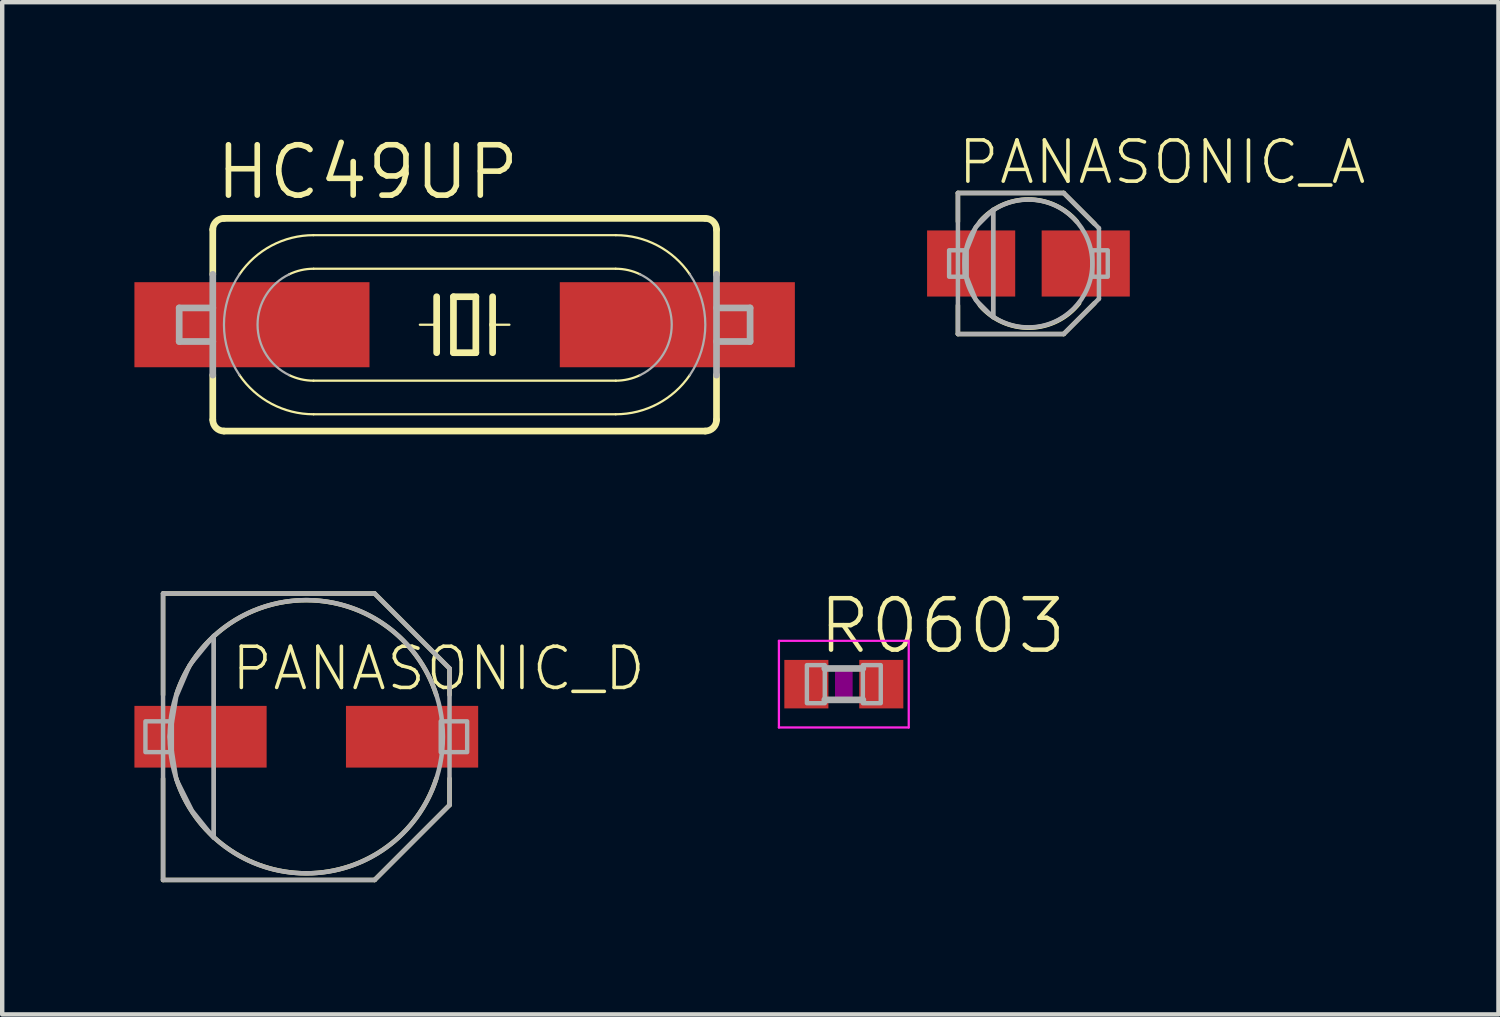
<source format=kicad_pcb>
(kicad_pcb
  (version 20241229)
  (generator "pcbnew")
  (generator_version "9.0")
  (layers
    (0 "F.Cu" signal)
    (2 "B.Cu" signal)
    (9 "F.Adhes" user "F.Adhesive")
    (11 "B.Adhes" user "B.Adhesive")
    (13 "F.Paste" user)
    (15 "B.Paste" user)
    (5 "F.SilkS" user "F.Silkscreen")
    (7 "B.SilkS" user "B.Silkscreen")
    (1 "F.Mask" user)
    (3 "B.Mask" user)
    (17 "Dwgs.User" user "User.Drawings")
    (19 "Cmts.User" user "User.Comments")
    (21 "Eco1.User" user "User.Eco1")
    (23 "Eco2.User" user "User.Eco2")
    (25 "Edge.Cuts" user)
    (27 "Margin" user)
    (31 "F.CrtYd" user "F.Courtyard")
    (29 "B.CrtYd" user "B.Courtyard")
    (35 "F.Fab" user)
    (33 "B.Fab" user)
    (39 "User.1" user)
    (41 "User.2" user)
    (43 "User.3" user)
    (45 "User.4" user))
  (footprint "PANASONIC_A"
    (layer "F.Cu")
    (at 20.286 2.929)
    (property "Reference" "PANASONIC_A" (at -1.65 -1.75 0) (layer "F.SilkS") (effects (font (size 0.935 0.935) (thickness 0.081)) (justify left bottom)))
    (fp_line (start -1.6 -1.6) (end 0.8 -1.6) (stroke (width 0.102) (type solid)) (layer "F.SilkS"))
    (fp_line (start -1.6 -0.95) (end -1.6 -1.6) (stroke (width 0.102) (type solid)) (layer "F.SilkS"))
    (fp_line (start -1.6 1.6) (end -1.6 0.95) (stroke (width 0.102) (type solid)) (layer "F.SilkS"))
    (fp_line (start 0.8 -1.6) (end 1.5 -0.9) (stroke (width 0.102) (type solid)) (layer "F.SilkS"))
    (fp_line (start 0.8 1.6) (end -1.6 1.6) (stroke (width 0.102) (type solid)) (layer "F.SilkS"))
    (fp_line (start 1.5 0.9) (end 0.8 1.6) (stroke (width 0.102) (type solid)) (layer "F.SilkS"))
    (fp_arc (start -1.1 -0.95) (mid 0 -1.453444) (end 1.1 -0.95) (stroke (width 0.1016) (type solid)) (layer "F.SilkS"))
    (fp_arc (start 1.149999 0.9) (mid 0.03681 1.456451) (end -1.1 0.95) (stroke (width 0.1016) (type solid)) (layer "F.SilkS"))
    (fp_line (start -1.6 -1.6) (end 0.8 -1.6) (stroke (width 0.102) (type solid)) (layer "F.Fab"))
    (fp_line (start -1.6 1.6) (end -1.6 -1.6) (stroke (width 0.102) (type solid)) (layer "F.Fab"))
    (fp_line (start -0.8 -1.2) (end -0.8 1.2) (stroke (width 0.102) (type solid)) (layer "F.Fab"))
    (fp_line (start 0.8 -1.6) (end 1.6 -0.8) (stroke (width 0.102) (type solid)) (layer "F.Fab"))
    (fp_line (start 0.8 1.6) (end -1.6 1.6) (stroke (width 0.102) (type solid)) (layer "F.Fab"))
    (fp_line (start 1.6 -0.8) (end 1.6 0.8) (stroke (width 0.102) (type solid)) (layer "F.Fab"))
    (fp_line (start 1.6 0.8) (end 0.8 1.6) (stroke (width 0.102) (type solid)) (layer "F.Fab"))
    (fp_circle (center 0 0) (end 1.45 0) (stroke (width 0.102) (type solid)) (fill no) (layer "F.Fab"))
    (fp_poly (pts (xy -1.8 0.3) (xy -1.45 0.3) (xy -1.45 -0.3) (xy -1.8 -0.3)) (stroke (width 0.1) (type solid)) (fill no) (layer "F.Fab"))
    (fp_poly (pts (xy 1.45 0.3) (xy 1.8 0.3) (xy 1.8 -0.3) (xy 1.45 -0.3)) (stroke (width 0.1) (type solid)) (fill no) (layer "F.Fab"))
    (fp_poly (pts (xy -0.799 1.223) (xy -1.193 0.829) (xy -1.401 0.31) (xy -1.401 -0.31) (xy -1.193 -0.829) (xy -0.799 -1.223)) (stroke (width 0.1) (type solid)) (fill no) (layer "F.Fab"))
    (pad "+" smd rect (at 1.3 0) (size 2 1.5) (layers "F.Cu" "F.Mask" "F.Paste"))
    (pad "-" smd rect (at -1.3 0) (size 2 1.5) (layers "F.Cu" "F.Mask" "F.Paste")))
  (footprint "PANASONIC_D"
    (layer "F.Cu")
    (at 3.9 13.667)
    (property "Reference" "PANASONIC_D" (at -1.75 -1 0) (layer "F.SilkS") (effects (font (size 0.935 0.935) (thickness 0.081)) (justify left bottom)))
    (fp_line (start -3.25 -3.25) (end 1.55 -3.25) (stroke (width 0.102) (type solid)) (layer "F.SilkS"))
    (fp_line (start -3.25 -0.95) (end -3.25 -3.25) (stroke (width 0.102) (type solid)) (layer "F.SilkS"))
    (fp_line (start -3.25 3.25) (end -3.25 0.95) (stroke (width 0.102) (type solid)) (layer "F.SilkS"))
    (fp_line (start 1.55 -3.25) (end 3.25 -1.55) (stroke (width 0.102) (type solid)) (layer "F.SilkS"))
    (fp_line (start 1.55 3.25) (end -3.25 3.25) (stroke (width 0.102) (type solid)) (layer "F.SilkS"))
    (fp_line (start 3.25 -1.55) (end 3.25 -0.95) (stroke (width 0.102) (type solid)) (layer "F.SilkS"))
    (fp_line (start 3.25 0.95) (end 3.25 1.55) (stroke (width 0.102) (type solid)) (layer "F.SilkS"))
    (fp_line (start 3.25 1.55) (end 1.55 3.25) (stroke (width 0.102) (type solid)) (layer "F.SilkS"))
    (fp_arc (start -2.95 -0.95) (mid 0 -3.099193) (end 2.95 -0.95) (stroke (width 0.1016) (type solid)) (layer "F.SilkS"))
    (fp_arc (start 2.95 0.95) (mid 0 3.099193) (end -2.95 0.95) (stroke (width 0.1016) (type solid)) (layer "F.SilkS"))
    (fp_line (start -3.25 -3.25) (end 1.55 -3.25) (stroke (width 0.102) (type solid)) (layer "F.Fab"))
    (fp_line (start -3.25 3.25) (end -3.25 -3.25) (stroke (width 0.102) (type solid)) (layer "F.Fab"))
    (fp_line (start -2.1 -2.25) (end -2.1 2.2) (stroke (width 0.102) (type solid)) (layer "F.Fab"))
    (fp_line (start 1.55 -3.25) (end 3.25 -1.55) (stroke (width 0.102) (type solid)) (layer "F.Fab"))
    (fp_line (start 1.55 3.25) (end -3.25 3.25) (stroke (width 0.102) (type solid)) (layer "F.Fab"))
    (fp_line (start 3.25 -1.55) (end 3.25 1.55) (stroke (width 0.102) (type solid)) (layer "F.Fab"))
    (fp_line (start 3.25 1.55) (end 1.55 3.25) (stroke (width 0.102) (type solid)) (layer "F.Fab"))
    (fp_circle (center 0 0) (end 3.1 0) (stroke (width 0.102) (type solid)) (fill no) (layer "F.Fab"))
    (fp_poly (pts (xy -3.65 0.35) (xy -3.05 0.35) (xy -3.05 -0.35) (xy -3.65 -0.35)) (stroke (width 0.1) (type solid)) (fill no) (layer "F.Fab"))
    (fp_poly (pts (xy 3.05 0.35) (xy 3.65 0.35) (xy 3.65 -0.35) (xy 3.05 -0.35)) (stroke (width 0.1) (type solid)) (fill no) (layer "F.Fab"))
    (fp_poly (pts (xy -2.099 2.295) (xy -2.593 1.678) (xy -2.949 0.966) (xy -3.101 -0.00022) (xy -2.949 -0.914) (xy -2.644 -1.627) (xy -2.099 -2.292)) (stroke (width 0.1) (type solid)) (fill no) (layer "F.Fab"))
    (pad "+" smd rect (at 2.4 0) (size 3 1.4) (layers "F.Cu" "F.Mask" "F.Paste"))
    (pad "-" smd rect (at -2.4 0) (size 3 1.4) (layers "F.Cu" "F.Mask" "F.Paste")))
  (footprint "R0603"
    (layer "F.Cu")
    (at 16.097 12.474)
    (property "Reference" "R0603" (at -0.635 -0.635 0) (layer "F.SilkS") (effects (font (size 1.168 1.168) (thickness 0.102)) (justify left bottom)))
    (fp_poly (pts (xy -0.2 0.4) (xy 0.2 0.4) (xy 0.2 -0.4) (xy -0.2 -0.4)) (stroke (width 0) (type solid)) (fill yes) (layer "F.Adhes"))
    (fp_line (start -1.473 -0.983) (end 1.473 -0.983) (stroke (width 0.051) (type solid)) (layer "F.CrtYd"))
    (fp_line (start -1.473 0.983) (end -1.473 -0.983) (stroke (width 0.051) (type solid)) (layer "F.CrtYd"))
    (fp_line (start 1.473 -0.983) (end 1.473 0.983) (stroke (width 0.051) (type solid)) (layer "F.CrtYd"))
    (fp_line (start 1.473 0.983) (end -1.473 0.983) (stroke (width 0.051) (type solid)) (layer "F.CrtYd"))
    (fp_line (start -0.432 0.356) (end 0.432 0.356) (stroke (width 0.152) (type solid)) (layer "F.Fab"))
    (fp_line (start 0.432 -0.356) (end -0.432 -0.356) (stroke (width 0.152) (type solid)) (layer "F.Fab"))
    (fp_poly (pts (xy -0.838 0.432) (xy -0.432 0.432) (xy -0.432 -0.432) (xy -0.838 -0.432)) (stroke (width 0.1) (type solid)) (fill no) (layer "F.Fab"))
    (fp_poly (pts (xy 0.432 0.432) (xy 0.838 0.432) (xy 0.838 -0.432) (xy 0.432 -0.432)) (stroke (width 0.1) (type solid)) (fill no) (layer "F.Fab"))
    (pad "1" smd rect (at -0.85 0) (size 1 1.1) (layers "F.Cu" "F.Mask" "F.Paste"))
    (pad "2" smd rect (at 0.85 0) (size 1 1.1) (layers "F.Cu" "F.Mask" "F.Paste")))
  (footprint "HC49UP"
    (layer "F.Cu")
    (at 7.493 4.318)
    (property "Reference" "HC49UP" (at -5.715 -2.794 0) (layer "F.SilkS") (effects (font (size 1.143 1.143) (thickness 0.127)) (justify left bottom)))
    (fp_line (start -5.715 -1.143) (end -5.715 -2.159) (stroke (width 0.152) (type solid)) (layer "F.SilkS"))
    (fp_line (start -5.715 2.159) (end -5.715 1.143) (stroke (width 0.152) (type solid)) (layer "F.SilkS"))
    (fp_line (start -3.429 -2.032) (end 3.429 -2.032) (stroke (width 0.051) (type solid)) (layer "F.SilkS"))
    (fp_line (start -3.429 -1.27) (end 3.429 -1.27) (stroke (width 0.051) (type solid)) (layer "F.SilkS"))
    (fp_line (start -0.635 -0.635) (end -0.635 0) (stroke (width 0.152) (type solid)) (layer "F.SilkS"))
    (fp_line (start -0.635 0) (end -1.016 0) (stroke (width 0.051) (type solid)) (layer "F.SilkS"))
    (fp_line (start -0.635 0) (end -0.635 0.635) (stroke (width 0.152) (type solid)) (layer "F.SilkS"))
    (fp_line (start -0.254 -0.635) (end -0.254 0.635) (stroke (width 0.152) (type solid)) (layer "F.SilkS"))
    (fp_line (start -0.254 0.635) (end 0.254 0.635) (stroke (width 0.152) (type solid)) (layer "F.SilkS"))
    (fp_line (start 0.254 -0.635) (end -0.254 -0.635) (stroke (width 0.152) (type solid)) (layer "F.SilkS"))
    (fp_line (start 0.254 0.635) (end 0.254 -0.635) (stroke (width 0.152) (type solid)) (layer "F.SilkS"))
    (fp_line (start 0.635 -0.635) (end 0.635 0) (stroke (width 0.152) (type solid)) (layer "F.SilkS"))
    (fp_line (start 0.635 0) (end 0.635 0.635) (stroke (width 0.152) (type solid)) (layer "F.SilkS"))
    (fp_line (start 0.635 0) (end 1.016 0) (stroke (width 0.051) (type solid)) (layer "F.SilkS"))
    (fp_line (start 3.429 1.27) (end -3.429 1.27) (stroke (width 0.051) (type solid)) (layer "F.SilkS"))
    (fp_line (start 3.429 2.032) (end -3.429 2.032) (stroke (width 0.051) (type solid)) (layer "F.SilkS"))
    (fp_line (start 5.461 -2.413) (end -5.461 -2.413) (stroke (width 0.152) (type solid)) (layer "F.SilkS"))
    (fp_line (start 5.461 2.413) (end -5.461 2.413) (stroke (width 0.152) (type solid)) (layer "F.SilkS"))
    (fp_line (start 5.715 -1.143) (end 5.715 -2.159) (stroke (width 0.152) (type solid)) (layer "F.SilkS"))
    (fp_line (start 5.715 2.159) (end 5.715 1.143) (stroke (width 0.152) (type solid)) (layer "F.SilkS"))
    (fp_arc (start -5.715 -2.159) (mid -5.640605 -2.338605) (end -5.461 -2.413) (stroke (width 0.1524) (type solid)) (layer "F.SilkS"))
    (fp_arc (start -5.461 2.413) (mid -5.640605 2.338605) (end -5.715 2.159) (stroke (width 0.1524) (type solid)) (layer "F.SilkS"))
    (fp_arc (start -5.1091 -1.143) (mid -4.379417 -1.796107) (end -3.429 -2.032101) (stroke (width 0.0508) (type solid)) (layer "F.SilkS"))
    (fp_arc (start -3.9826 -1.143) (mid -3.712991 -1.237845) (end -3.429 -1.27) (stroke (width 0.0508) (type solid)) (layer "F.SilkS"))
    (fp_arc (start -3.429 1.27) (mid -3.712991 1.237845) (end -3.9826 1.143) (stroke (width 0.0508) (type solid)) (layer "F.SilkS"))
    (fp_arc (start -3.429 2.032001) (mid -4.379408 1.796063) (end -5.1091 1.143) (stroke (width 0.0508) (type solid)) (layer "F.SilkS"))
    (fp_arc (start 3.429 -2.032) (mid 4.379408 -1.796062) (end 5.1091 -1.142999) (stroke (width 0.0508) (type solid)) (layer "F.SilkS"))
    (fp_arc (start 3.429 -1.27) (mid 3.712991 -1.237845) (end 3.9826 -1.143) (stroke (width 0.0508) (type solid)) (layer "F.SilkS"))
    (fp_arc (start 3.9826 1.143) (mid 3.712991 1.237845) (end 3.429 1.27) (stroke (width 0.0508) (type solid)) (layer "F.SilkS"))
    (fp_arc (start 5.109 1.142899) (mid 4.379368 1.795994) (end 3.429 2.032) (stroke (width 0.0508) (type solid)) (layer "F.SilkS"))
    (fp_arc (start 5.461 -2.413) (mid 5.640605 -2.338605) (end 5.715 -2.159) (stroke (width 0.1524) (type solid)) (layer "F.SilkS"))
    (fp_arc (start 5.715 2.159) (mid 5.640605 2.338605) (end 5.461 2.413) (stroke (width 0.1524) (type solid)) (layer "F.SilkS"))
    (fp_line (start -6.477 0.381) (end -6.477 -0.381) (stroke (width 0.152) (type solid)) (layer "F.Fab"))
    (fp_line (start -5.715 -0.381) (end -6.477 -0.381) (stroke (width 0.152) (type solid)) (layer "F.Fab"))
    (fp_line (start -5.715 -0.381) (end -5.715 -1.143) (stroke (width 0.152) (type solid)) (layer "F.Fab"))
    (fp_line (start -5.715 0.381) (end -6.477 0.381) (stroke (width 0.152) (type solid)) (layer "F.Fab"))
    (fp_line (start -5.715 0.381) (end -5.715 -0.381) (stroke (width 0.152) (type solid)) (layer "F.Fab"))
    (fp_line (start -5.715 1.143) (end -5.715 0.381) (stroke (width 0.152) (type solid)) (layer "F.Fab"))
    (fp_line (start 5.715 -0.381) (end 6.477 -0.381) (stroke (width 0.152) (type solid)) (layer "F.Fab"))
    (fp_line (start 5.715 0.381) (end 6.477 0.381) (stroke (width 0.152) (type solid)) (layer "F.Fab"))
    (fp_line (start 5.715 1.143) (end 5.715 -1.143) (stroke (width 0.152) (type solid)) (layer "F.Fab"))
    (fp_line (start 6.477 0.381) (end 6.477 -0.381) (stroke (width 0.152) (type solid)) (layer "F.Fab"))
    (fp_arc (start -5.1091 1.143) (mid -5.46104 0) (end -5.1091 -1.143) (stroke (width 0.0508) (type solid)) (layer "F.Fab"))
    (fp_arc (start -3.9826 1.143) (mid -4.699009 0) (end -3.9826 -1.143) (stroke (width 0.0508) (type solid)) (layer "F.Fab"))
    (fp_arc (start 3.9826 -1.143) (mid 4.699009 0) (end 3.9826 1.143) (stroke (width 0.0508) (type solid)) (layer "F.Fab"))
    (fp_arc (start 5.1091 -1.143) (mid 5.46104 0) (end 5.1091 1.143) (stroke (width 0.0508) (type solid)) (layer "F.Fab"))
    (pad "1" smd rect (at -4.826 0) (size 5.334 1.93) (layers "F.Cu" "F.Mask" "F.Paste"))
    (pad "2" smd rect (at 4.826 0) (size 5.334 1.93) (layers "F.Cu" "F.Mask" "F.Paste"))
    (zone (net_name "") (layers "F.Cu" "B.Cu") (hatch edge 0.508) (connect_pads) (min_thickness 0.254) (filled_areas_thickness no) (keepout (tracks allowed) (vias not_allowed) (pads allowed) (copperpour allowed) (footprints allowed)) (placement (enabled no)) (fill) (polygon (pts (xy 0.889 7.366) (xy 14.097 7.366) (xy 14.097 1.27) (xy 0.889 1.27)))))
  (gr_rect
    (start -3 -3)
    (end 30.951 19.968)
    (stroke (width 0.1) (type default))
    (fill no)
    (layer "Edge.Cuts")))
</source>
